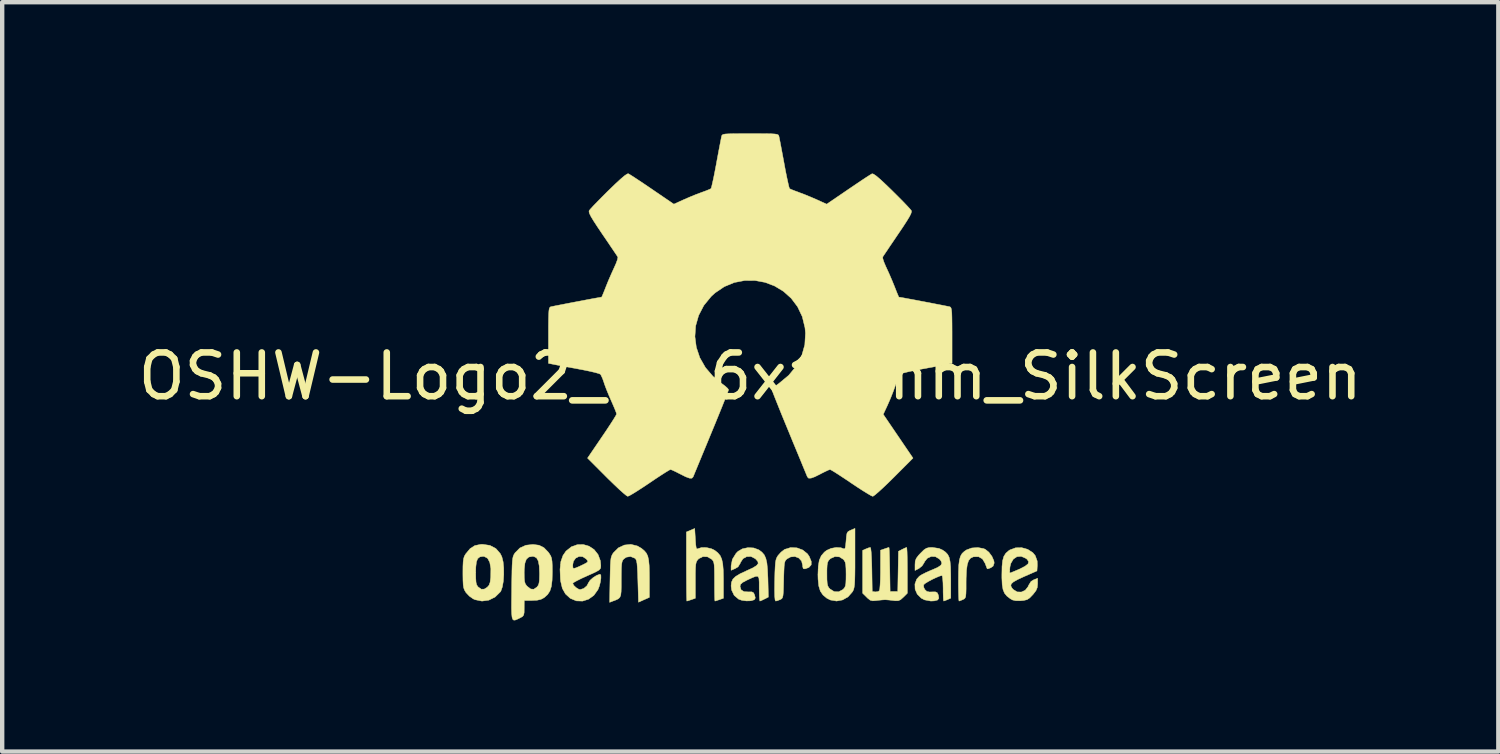
<source format=kicad_pcb>
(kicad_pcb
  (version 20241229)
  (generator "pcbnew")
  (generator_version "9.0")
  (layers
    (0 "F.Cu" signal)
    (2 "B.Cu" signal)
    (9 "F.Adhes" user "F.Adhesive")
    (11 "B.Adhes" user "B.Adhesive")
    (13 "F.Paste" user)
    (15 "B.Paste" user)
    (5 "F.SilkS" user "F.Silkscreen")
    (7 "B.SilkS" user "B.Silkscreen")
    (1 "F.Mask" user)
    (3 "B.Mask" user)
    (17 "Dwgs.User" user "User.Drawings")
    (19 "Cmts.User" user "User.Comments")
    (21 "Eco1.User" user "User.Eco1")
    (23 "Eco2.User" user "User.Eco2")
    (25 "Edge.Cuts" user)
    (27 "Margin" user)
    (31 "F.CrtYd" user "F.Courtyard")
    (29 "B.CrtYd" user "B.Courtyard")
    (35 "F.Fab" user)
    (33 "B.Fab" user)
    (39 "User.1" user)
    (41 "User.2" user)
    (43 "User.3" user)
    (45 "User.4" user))
  (footprint "OSHW-Logo2_14.6x12mm_SilkScreen"
    (layer "F.Cu")
    (at 14.101 5.552)
    (property "Reference" "OSHW-Logo2_14.6x12mm_SilkScreen" (at 0 0 0) (layer "F.SilkS") (effects (font (size 1 1) (thickness 0.15))))
    (attr exclude_from_pos_files exclude_from_bom)
    (fp_poly (pts (xy 5.336 3.94) (xy 5.371 3.955) (xy 5.454 4.021) (xy 5.525 4.117) (xy 5.569 4.218) (xy 5.576 4.269) (xy 5.552 4.339) (xy 5.5 4.376) (xy 5.443 4.398) (xy 5.417 4.402) (xy 5.405 4.372) (xy 5.38 4.307) (xy 5.369 4.277) (xy 5.308 4.175) (xy 5.219 4.124) (xy 5.105 4.126) (xy 5.097 4.128) (xy 5.036 4.157) (xy 4.991 4.213) (xy 4.961 4.303) (xy 4.943 4.435) (xy 4.935 4.614) (xy 4.934 4.709) (xy 4.934 4.86) (xy 4.931 4.962) (xy 4.925 5.028) (xy 4.912 5.066) (xy 4.892 5.088) (xy 4.861 5.104) (xy 4.86 5.105) (xy 4.801 5.129) (xy 4.772 5.138) (xy 4.768 5.111) (xy 4.764 5.035) (xy 4.761 4.92) (xy 4.759 4.775) (xy 4.759 4.67) (xy 4.761 4.466) (xy 4.767 4.311) (xy 4.782 4.196) (xy 4.806 4.113) (xy 4.842 4.051) (xy 4.893 4.003) (xy 4.943 3.969) (xy 5.063 3.925) (xy 5.204 3.915) (xy 5.336 3.94)) (stroke (width 0.01) (type solid)) (fill yes) (layer "F.SilkS"))
    (fp_poly (pts (xy -2.583 3.878) (xy -2.489 3.932) (xy -2.424 3.986) (xy -2.376 4.042) (xy -2.343 4.111) (xy -2.323 4.202) (xy -2.311 4.327) (xy -2.307 4.493) (xy -2.306 4.613) (xy -2.306 5.054) (xy -2.431 5.109) (xy -2.555 5.165) (xy -2.569 4.682) (xy -2.575 4.502) (xy -2.582 4.371) (xy -2.589 4.281) (xy -2.6 4.222) (xy -2.614 4.185) (xy -2.634 4.163) (xy -2.64 4.158) (xy -2.736 4.12) (xy -2.833 4.135) (xy -2.89 4.175) (xy -2.914 4.203) (xy -2.93 4.241) (xy -2.94 4.297) (xy -2.946 4.383) (xy -2.948 4.51) (xy -2.949 4.641) (xy -2.949 4.806) (xy -2.952 4.923) (xy -2.961 5.002) (xy -2.981 5.052) (xy -3.015 5.086) (xy -3.068 5.112) (xy -3.138 5.138) (xy -3.215 5.168) (xy -3.206 4.649) (xy -3.202 4.463) (xy -3.198 4.324) (xy -3.192 4.226) (xy -3.183 4.156) (xy -3.169 4.107) (xy -3.15 4.067) (xy -3.127 4.033) (xy -3.015 3.922) (xy -2.878 3.858) (xy -2.73 3.842) (xy -2.583 3.878)) (stroke (width 0.01) (type solid)) (fill yes) (layer "F.SilkS"))
    (fp_poly (pts (xy 1.066 3.922) (xy 1.199 3.971) (xy 1.306 4.057) (xy 1.348 4.118) (xy 1.394 4.23) (xy 1.393 4.311) (xy 1.345 4.365) (xy 1.327 4.375) (xy 1.25 4.403) (xy 1.211 4.396) (xy 1.198 4.348) (xy 1.197 4.321) (xy 1.173 4.223) (xy 1.109 4.154) (xy 1.021 4.12) (xy 0.923 4.129) (xy 0.843 4.172) (xy 0.816 4.197) (xy 0.796 4.227) (xy 0.783 4.273) (xy 0.775 4.343) (xy 0.77 4.45) (xy 0.765 4.602) (xy 0.764 4.65) (xy 0.76 4.815) (xy 0.756 4.931) (xy 0.749 5.008) (xy 0.738 5.055) (xy 0.722 5.082) (xy 0.698 5.098) (xy 0.683 5.105) (xy 0.618 5.13) (xy 0.58 5.138) (xy 0.567 5.111) (xy 0.559 5.029) (xy 0.556 4.89) (xy 0.558 4.694) (xy 0.559 4.664) (xy 0.563 4.485) (xy 0.569 4.355) (xy 0.576 4.262) (xy 0.587 4.198) (xy 0.603 4.151) (xy 0.626 4.111) (xy 0.637 4.094) (xy 0.705 4.019) (xy 0.78 3.961) (xy 0.789 3.956) (xy 0.924 3.915) (xy 1.066 3.922)) (stroke (width 0.01) (type solid)) (fill yes) (layer "F.SilkS"))
    (fp_poly (pts (xy 3.58 3.94) (xy 3.585 4.017) (xy 3.588 4.133) (xy 3.59 4.281) (xy 3.591 4.435) (xy 3.591 4.959) (xy 3.499 5.051) (xy 3.435 5.108) (xy 3.379 5.131) (xy 3.303 5.13) (xy 3.272 5.126) (xy 3.178 5.115) (xy 3.099 5.109) (xy 3.08 5.108) (xy 3.016 5.112) (xy 2.924 5.121) (xy 2.888 5.126) (xy 2.8 5.133) (xy 2.741 5.118) (xy 2.683 5.072) (xy 2.662 5.051) (xy 2.569 4.959) (xy 2.569 3.98) (xy 2.644 3.946) (xy 2.708 3.921) (xy 2.745 3.912) (xy 2.755 3.94) (xy 2.764 4.018) (xy 2.771 4.136) (xy 2.777 4.288) (xy 2.78 4.416) (xy 2.788 4.919) (xy 2.858 4.929) (xy 2.921 4.922) (xy 2.952 4.9) (xy 2.961 4.858) (xy 2.968 4.77) (xy 2.974 4.645) (xy 2.977 4.496) (xy 2.977 4.419) (xy 2.978 3.976) (xy 3.07 3.944) (xy 3.135 3.922) (xy 3.17 3.912) (xy 3.171 3.912) (xy 3.175 3.94) (xy 3.179 4.016) (xy 3.183 4.133) (xy 3.186 4.279) (xy 3.189 4.416) (xy 3.197 4.919) (xy 3.372 4.919) (xy 3.38 4.46) (xy 3.388 4.001) (xy 3.474 3.956) (xy 3.537 3.926) (xy 3.574 3.912) (xy 3.575 3.912) (xy 3.58 3.94)) (stroke (width 0.01) (type solid)) (fill yes) (layer "F.SilkS"))
    (fp_poly (pts (xy -1.255 3.724) (xy -1.247 3.843) (xy -1.237 3.914) (xy -1.223 3.944) (xy -1.203 3.945) (xy -1.197 3.941) (xy -1.111 3.914) (xy -0.999 3.916) (xy -0.886 3.943) (xy -0.814 3.978) (xy -0.742 4.035) (xy -0.688 4.099) (xy -0.652 4.18) (xy -0.629 4.288) (xy -0.617 4.433) (xy -0.613 4.624) (xy -0.613 4.661) (xy -0.613 5.074) (xy -0.705 5.106) (xy -0.77 5.128) (xy -0.806 5.138) (xy -0.807 5.138) (xy -0.811 5.111) (xy -0.814 5.035) (xy -0.816 4.921) (xy -0.817 4.778) (xy -0.817 4.691) (xy -0.818 4.52) (xy -0.82 4.397) (xy -0.825 4.313) (xy -0.834 4.258) (xy -0.849 4.221) (xy -0.871 4.193) (xy -0.885 4.18) (xy -0.979 4.126) (xy -1.082 4.122) (xy -1.175 4.168) (xy -1.192 4.184) (xy -1.217 4.215) (xy -1.235 4.252) (xy -1.246 4.304) (xy -1.252 4.384) (xy -1.255 4.501) (xy -1.255 4.663) (xy -1.255 5.074) (xy -1.347 5.106) (xy -1.413 5.128) (xy -1.448 5.138) (xy -1.45 5.138) (xy -1.452 5.11) (xy -1.455 5.032) (xy -1.457 4.909) (xy -1.458 4.751) (xy -1.459 4.565) (xy -1.46 4.358) (xy -1.46 4.349) (xy -1.46 3.559) (xy -1.365 3.519) (xy -1.27 3.479) (xy -1.255 3.724)) (stroke (width 0.01) (type solid)) (fill yes) (layer "F.SilkS"))
    (fp_poly (pts (xy -5.952 3.866) (xy -5.815 3.938) (xy -5.714 4.054) (xy -5.678 4.128) (xy -5.65 4.24) (xy -5.636 4.381) (xy -5.635 4.535) (xy -5.645 4.686) (xy -5.668 4.816) (xy -5.701 4.91) (xy -5.711 4.926) (xy -5.833 5.046) (xy -5.977 5.118) (xy -6.133 5.139) (xy -6.291 5.107) (xy -6.335 5.087) (xy -6.42 5.027) (xy -6.496 4.947) (xy -6.503 4.937) (xy -6.532 4.888) (xy -6.551 4.836) (xy -6.562 4.767) (xy -6.567 4.669) (xy -6.569 4.528) (xy -6.569 4.496) (xy -6.569 4.486) (xy -6.277 4.486) (xy -6.275 4.619) (xy -6.269 4.708) (xy -6.255 4.765) (xy -6.231 4.804) (xy -6.219 4.817) (xy -6.149 4.867) (xy -6.081 4.865) (xy -6.012 4.822) (xy -5.971 4.775) (xy -5.947 4.708) (xy -5.934 4.601) (xy -5.933 4.589) (xy -5.93 4.396) (xy -5.955 4.253) (xy -6.005 4.16) (xy -6.082 4.119) (xy -6.109 4.117) (xy -6.181 4.128) (xy -6.23 4.167) (xy -6.26 4.242) (xy -6.274 4.361) (xy -6.277 4.486) (xy -6.569 4.486) (xy -6.568 4.346) (xy -6.563 4.241) (xy -6.553 4.168) (xy -6.536 4.114) (xy -6.509 4.067) (xy -6.503 4.058) (xy -6.404 3.939) (xy -6.296 3.87) (xy -6.164 3.843) (xy -6.119 3.841) (xy -5.952 3.866)) (stroke (width 0.01) (type solid)) (fill yes) (layer "F.SilkS"))
    (fp_poly (pts (xy 6.343 3.957) (xy 6.459 4.032) (xy 6.515 4.1) (xy 6.559 4.222) (xy 6.562 4.319) (xy 6.554 4.449) (xy 6.255 4.58) (xy 6.11 4.647) (xy 6.015 4.701) (xy 5.965 4.747) (xy 5.957 4.793) (xy 5.984 4.843) (xy 6.014 4.876) (xy 6.102 4.929) (xy 6.198 4.932) (xy 6.286 4.891) (xy 6.351 4.809) (xy 6.362 4.78) (xy 6.418 4.69) (xy 6.482 4.651) (xy 6.569 4.618) (xy 6.569 4.743) (xy 6.561 4.828) (xy 6.531 4.9) (xy 6.468 4.982) (xy 6.458 4.993) (xy 6.388 5.066) (xy 6.327 5.106) (xy 6.251 5.124) (xy 6.188 5.13) (xy 6.075 5.131) (xy 5.995 5.113) (xy 5.945 5.085) (xy 5.867 5.024) (xy 5.812 4.958) (xy 5.778 4.874) (xy 5.759 4.762) (xy 5.752 4.609) (xy 5.752 4.531) (xy 5.754 4.438) (xy 5.93 4.438) (xy 5.932 4.488) (xy 5.937 4.496) (xy 5.971 4.485) (xy 6.043 4.455) (xy 6.14 4.414) (xy 6.16 4.405) (xy 6.282 4.342) (xy 6.35 4.288) (xy 6.364 4.237) (xy 6.329 4.185) (xy 6.3 4.162) (xy 6.194 4.116) (xy 6.095 4.124) (xy 6.013 4.18) (xy 5.956 4.279) (xy 5.937 4.357) (xy 5.93 4.438) (xy 5.754 4.438) (xy 5.755 4.349) (xy 5.769 4.215) (xy 5.797 4.117) (xy 5.842 4.045) (xy 5.907 3.988) (xy 5.935 3.969) (xy 6.065 3.921) (xy 6.206 3.918) (xy 6.343 3.957)) (stroke (width 0.01) (type solid)) (fill yes) (layer "F.SilkS"))
    (fp_poly (pts (xy 2.394 4.154) (xy 2.394 4.373) (xy 2.392 4.541) (xy 2.389 4.666) (xy 2.384 4.757) (xy 2.375 4.822) (xy 2.364 4.869) (xy 2.348 4.906) (xy 2.336 4.927) (xy 2.236 5.041) (xy 2.111 5.112) (xy 1.971 5.138) (xy 1.832 5.114) (xy 1.749 5.072) (xy 1.662 4.999) (xy 1.602 4.911) (xy 1.566 4.794) (xy 1.55 4.639) (xy 1.547 4.525) (xy 1.548 4.517) (xy 1.752 4.517) (xy 1.753 4.648) (xy 1.759 4.734) (xy 1.772 4.791) (xy 1.795 4.832) (xy 1.823 4.862) (xy 1.918 4.922) (xy 2.019 4.927) (xy 2.115 4.877) (xy 2.122 4.871) (xy 2.154 4.836) (xy 2.174 4.794) (xy 2.185 4.732) (xy 2.189 4.636) (xy 2.19 4.529) (xy 2.188 4.396) (xy 2.182 4.307) (xy 2.169 4.248) (xy 2.145 4.206) (xy 2.126 4.184) (xy 2.038 4.128) (xy 1.936 4.121) (xy 1.838 4.164) (xy 1.819 4.18) (xy 1.787 4.215) (xy 1.767 4.258) (xy 1.757 4.32) (xy 1.752 4.417) (xy 1.752 4.517) (xy 1.548 4.517) (xy 1.555 4.342) (xy 1.578 4.204) (xy 1.624 4.101) (xy 1.694 4.02) (xy 1.749 3.978) (xy 1.848 3.934) (xy 1.964 3.913) (xy 2.071 3.919) (xy 2.131 3.941) (xy 2.155 3.947) (xy 2.17 3.924) (xy 2.181 3.86) (xy 2.19 3.763) (xy 2.199 3.655) (xy 2.211 3.589) (xy 2.234 3.552) (xy 2.274 3.528) (xy 2.299 3.517) (xy 2.394 3.477) (xy 2.394 4.154)) (stroke (width 0.01) (type solid)) (fill yes) (layer "F.SilkS"))
    (fp_poly (pts (xy -3.684 3.885) (xy -3.569 3.962) (xy -3.48 4.074) (xy -3.427 4.216) (xy -3.417 4.321) (xy -3.418 4.365) (xy -3.428 4.398) (xy -3.456 4.428) (xy -3.511 4.461) (xy -3.601 4.505) (xy -3.736 4.565) (xy -3.737 4.565) (xy -3.861 4.622) (xy -3.963 4.673) (xy -4.032 4.711) (xy -4.058 4.733) (xy -4.058 4.733) (xy -4.035 4.78) (xy -3.982 4.831) (xy -3.921 4.868) (xy -3.889 4.876) (xy -3.805 4.85) (xy -3.732 4.786) (xy -3.696 4.716) (xy -3.662 4.664) (xy -3.595 4.605) (xy -3.516 4.554) (xy -3.446 4.527) (xy -3.432 4.525) (xy -3.415 4.55) (xy -3.414 4.614) (xy -3.426 4.701) (xy -3.449 4.793) (xy -3.48 4.873) (xy -3.482 4.877) (xy -3.575 5.007) (xy -3.696 5.095) (xy -3.833 5.139) (xy -3.975 5.134) (xy -4.112 5.077) (xy -4.118 5.073) (xy -4.225 4.975) (xy -4.296 4.848) (xy -4.335 4.682) (xy -4.34 4.635) (xy -4.349 4.413) (xy -4.338 4.31) (xy -4.058 4.31) (xy -4.055 4.375) (xy -4.035 4.393) (xy -3.985 4.379) (xy -3.907 4.346) (xy -3.819 4.304) (xy -3.817 4.303) (xy -3.743 4.264) (xy -3.713 4.238) (xy -3.721 4.211) (xy -3.751 4.175) (xy -3.83 4.123) (xy -3.915 4.119) (xy -3.991 4.157) (xy -4.043 4.23) (xy -4.058 4.31) (xy -4.338 4.31) (xy -4.33 4.236) (xy -4.281 4.096) (xy -4.213 3.997) (xy -4.09 3.898) (xy -3.954 3.849) (xy -3.816 3.846) (xy -3.684 3.885)) (stroke (width 0.01) (type solid)) (fill yes) (layer "F.SilkS"))
    (fp_poly (pts (xy 0.08 3.924) (xy 0.194 3.967) (xy 0.196 3.968) (xy 0.266 4.02) (xy 0.319 4.081) (xy 0.355 4.16) (xy 0.38 4.267) (xy 0.394 4.413) (xy 0.403 4.605) (xy 0.404 4.633) (xy 0.414 5.047) (xy 0.325 5.092) (xy 0.261 5.123) (xy 0.222 5.138) (xy 0.22 5.138) (xy 0.214 5.111) (xy 0.208 5.038) (xy 0.205 4.931) (xy 0.204 4.844) (xy 0.204 4.704) (xy 0.198 4.616) (xy 0.176 4.574) (xy 0.128 4.572) (xy 0.045 4.604) (xy -0.08 4.662) (xy -0.172 4.711) (xy -0.22 4.753) (xy -0.234 4.799) (xy -0.234 4.801) (xy -0.211 4.88) (xy -0.143 4.923) (xy -0.039 4.929) (xy 0.036 4.928) (xy 0.076 4.95) (xy 0.1 5.002) (xy 0.115 5.068) (xy 0.094 5.105) (xy 0.087 5.11) (xy 0.014 5.132) (xy -0.087 5.135) (xy -0.192 5.121) (xy -0.266 5.095) (xy -0.368 5.008) (xy -0.426 4.887) (xy -0.438 4.792) (xy -0.429 4.707) (xy -0.397 4.637) (xy -0.334 4.576) (xy -0.232 4.514) (xy -0.082 4.444) (xy -0.073 4.44) (xy 0.062 4.378) (xy 0.145 4.326) (xy 0.181 4.28) (xy 0.173 4.234) (xy 0.126 4.18) (xy 0.112 4.168) (xy 0.017 4.12) (xy -0.081 4.122) (xy -0.166 4.169) (xy -0.223 4.256) (xy -0.228 4.273) (xy -0.279 4.356) (xy -0.344 4.395) (xy -0.438 4.435) (xy -0.438 4.333) (xy -0.409 4.184) (xy -0.325 4.048) (xy -0.28 4.002) (xy -0.18 3.944) (xy -0.052 3.917) (xy 0.08 3.924)) (stroke (width 0.01) (type solid)) (fill yes) (layer "F.SilkS"))
    (fp_poly (pts (xy -4.828 3.862) (xy -4.717 3.918) (xy -4.618 4.02) (xy -4.591 4.058) (xy -4.561 4.107) (xy -4.542 4.161) (xy -4.531 4.233) (xy -4.526 4.337) (xy -4.525 4.474) (xy -4.53 4.662) (xy -4.547 4.803) (xy -4.58 4.908) (xy -4.632 4.988) (xy -4.706 5.055) (xy -4.711 5.059) (xy -4.785 5.099) (xy -4.873 5.119) (xy -4.985 5.124) (xy -5.167 5.124) (xy -5.168 5.301) (xy -5.169 5.399) (xy -5.18 5.457) (xy -5.207 5.492) (xy -5.258 5.521) (xy -5.271 5.527) (xy -5.329 5.555) (xy -5.374 5.573) (xy -5.407 5.574) (xy -5.431 5.554) (xy -5.446 5.506) (xy -5.454 5.424) (xy -5.458 5.303) (xy -5.457 5.136) (xy -5.454 4.919) (xy -5.454 4.854) (xy -5.451 4.63) (xy -5.448 4.483) (xy -5.168 4.483) (xy -5.166 4.607) (xy -5.159 4.689) (xy -5.143 4.743) (xy -5.115 4.784) (xy -5.096 4.804) (xy -5.018 4.863) (xy -4.949 4.868) (xy -4.877 4.819) (xy -4.876 4.817) (xy -4.847 4.78) (xy -4.829 4.728) (xy -4.82 4.65) (xy -4.817 4.529) (xy -4.817 4.503) (xy -4.824 4.337) (xy -4.846 4.222) (xy -4.885 4.151) (xy -4.945 4.12) (xy -4.979 4.117) (xy -5.061 4.131) (xy -5.118 4.181) (xy -5.151 4.27) (xy -5.166 4.407) (xy -5.168 4.483) (xy -5.448 4.483) (xy -5.448 4.456) (xy -5.444 4.325) (xy -5.438 4.23) (xy -5.43 4.162) (xy -5.419 4.115) (xy -5.404 4.079) (xy -5.385 4.048) (xy -5.377 4.036) (xy -5.267 3.925) (xy -5.129 3.862) (xy -4.968 3.844) (xy -4.828 3.862)) (stroke (width 0.01) (type solid)) (fill yes) (layer "F.SilkS"))
    (fp_poly (pts (xy 4.314 3.935) (xy 4.398 3.973) (xy 4.464 4.02) (xy 4.513 4.072) (xy 4.546 4.138) (xy 4.567 4.23) (xy 4.579 4.355) (xy 4.583 4.525) (xy 4.584 4.636) (xy 4.584 5.071) (xy 4.509 5.105) (xy 4.451 5.129) (xy 4.422 5.138) (xy 4.416 5.111) (xy 4.412 5.038) (xy 4.409 4.931) (xy 4.409 4.846) (xy 4.406 4.724) (xy 4.399 4.627) (xy 4.39 4.567) (xy 4.382 4.554) (xy 4.33 4.567) (xy 4.249 4.601) (xy 4.155 4.645) (xy 4.065 4.694) (xy 3.995 4.737) (xy 3.963 4.767) (xy 3.963 4.767) (xy 3.965 4.822) (xy 3.99 4.874) (xy 4.035 4.917) (xy 4.099 4.931) (xy 4.154 4.929) (xy 4.232 4.928) (xy 4.273 4.946) (xy 4.297 4.995) (xy 4.3 5.004) (xy 4.311 5.073) (xy 4.283 5.114) (xy 4.208 5.134) (xy 4.128 5.138) (xy 3.984 5.111) (xy 3.909 5.072) (xy 3.817 4.98) (xy 3.768 4.868) (xy 3.764 4.749) (xy 3.805 4.638) (xy 3.867 4.569) (xy 3.929 4.53) (xy 4.027 4.481) (xy 4.141 4.431) (xy 4.16 4.424) (xy 4.285 4.369) (xy 4.357 4.32) (xy 4.38 4.272) (xy 4.358 4.217) (xy 4.321 4.175) (xy 4.233 4.123) (xy 4.137 4.119) (xy 4.048 4.159) (xy 3.984 4.239) (xy 3.976 4.26) (xy 3.927 4.336) (xy 3.856 4.393) (xy 3.766 4.439) (xy 3.766 4.308) (xy 3.771 4.227) (xy 3.794 4.164) (xy 3.844 4.096) (xy 3.893 4.044) (xy 3.968 3.97) (xy 4.026 3.931) (xy 4.088 3.915) (xy 4.159 3.912) (xy 4.314 3.935)) (stroke (width 0.01) (type solid)) (fill yes) (layer "F.SilkS"))
    (fp_poly (pts (xy 0.209 -5.547) (xy 0.367 -5.546) (xy 0.481 -5.544) (xy 0.559 -5.539) (xy 0.609 -5.532) (xy 0.636 -5.521) (xy 0.65 -5.505) (xy 0.656 -5.484) (xy 0.657 -5.481) (xy 0.667 -5.433) (xy 0.686 -5.337) (xy 0.711 -5.204) (xy 0.741 -5.045) (xy 0.774 -4.868) (xy 0.775 -4.862) (xy 0.807 -4.689) (xy 0.838 -4.537) (xy 0.865 -4.413) (xy 0.885 -4.328) (xy 0.898 -4.291) (xy 0.898 -4.29) (xy 0.935 -4.272) (xy 1.011 -4.242) (xy 1.109 -4.206) (xy 1.109 -4.205) (xy 1.233 -4.159) (xy 1.379 -4.099) (xy 1.517 -4.04) (xy 1.523 -4.037) (xy 1.747 -3.935) (xy 2.244 -4.274) (xy 2.396 -4.377) (xy 2.534 -4.47) (xy 2.649 -4.546) (xy 2.735 -4.601) (xy 2.782 -4.629) (xy 2.786 -4.631) (xy 2.82 -4.621) (xy 2.884 -4.577) (xy 2.98 -4.495) (xy 3.11 -4.373) (xy 3.243 -4.244) (xy 3.372 -4.116) (xy 3.487 -4) (xy 3.581 -3.902) (xy 3.648 -3.829) (xy 3.681 -3.79) (xy 3.682 -3.788) (xy 3.686 -3.76) (xy 3.672 -3.716) (xy 3.638 -3.648) (xy 3.579 -3.551) (xy 3.493 -3.418) (xy 3.378 -3.248) (xy 3.276 -3.097) (xy 3.185 -2.963) (xy 3.11 -2.851) (xy 3.056 -2.771) (xy 3.029 -2.73) (xy 3.028 -2.727) (xy 3.031 -2.687) (xy 3.056 -2.61) (xy 3.098 -2.511) (xy 3.113 -2.479) (xy 3.178 -2.337) (xy 3.247 -2.176) (xy 3.304 -2.036) (xy 3.344 -1.933) (xy 3.377 -1.854) (xy 3.395 -1.813) (xy 3.397 -1.81) (xy 3.432 -1.805) (xy 3.513 -1.791) (xy 3.629 -1.769) (xy 3.771 -1.743) (xy 3.927 -1.713) (xy 4.087 -1.683) (xy 4.239 -1.653) (xy 4.374 -1.627) (xy 4.479 -1.606) (xy 4.546 -1.593) (xy 4.562 -1.589) (xy 4.579 -1.579) (xy 4.591 -1.557) (xy 4.6 -1.516) (xy 4.607 -1.449) (xy 4.61 -1.347) (xy 4.612 -1.204) (xy 4.613 -1.013) (xy 4.613 -0.934) (xy 4.613 -0.296) (xy 4.46 -0.266) (xy 4.374 -0.249) (xy 4.247 -0.225) (xy 4.093 -0.197) (xy 3.929 -0.167) (xy 3.883 -0.158) (xy 3.731 -0.129) (xy 3.598 -0.1) (xy 3.497 -0.074) (xy 3.437 -0.054) (xy 3.427 -0.048) (xy 3.402 -0.005) (xy 3.367 0.076) (xy 3.328 0.182) (xy 3.32 0.204) (xy 3.269 0.345) (xy 3.206 0.504) (xy 3.144 0.646) (xy 3.144 0.647) (xy 3.04 0.87) (xy 3.72 1.87) (xy 3.284 2.307) (xy 3.152 2.437) (xy 3.031 2.552) (xy 2.929 2.645) (xy 2.852 2.711) (xy 2.807 2.742) (xy 2.801 2.744) (xy 2.763 2.729) (xy 2.686 2.684) (xy 2.577 2.617) (xy 2.447 2.533) (xy 2.305 2.438) (xy 2.161 2.341) (xy 2.033 2.257) (xy 1.929 2.19) (xy 1.857 2.147) (xy 1.824 2.131) (xy 1.785 2.144) (xy 1.71 2.179) (xy 1.614 2.227) (xy 1.604 2.233) (xy 1.476 2.297) (xy 1.389 2.328) (xy 1.334 2.329) (xy 1.306 2.3) (xy 1.305 2.299) (xy 1.291 2.264) (xy 1.257 2.182) (xy 1.206 2.059) (xy 1.141 1.9) (xy 1.064 1.714) (xy 0.977 1.505) (xy 0.894 1.302) (xy 0.802 1.079) (xy 0.717 0.872) (xy 0.643 0.688) (xy 0.581 0.533) (xy 0.534 0.414) (xy 0.505 0.336) (xy 0.496 0.307) (xy 0.519 0.274) (xy 0.577 0.221) (xy 0.656 0.163) (xy 0.879 -0.022) (xy 1.053 -0.234) (xy 1.176 -0.468) (xy 1.247 -0.721) (xy 1.262 -0.987) (xy 1.251 -1.109) (xy 1.189 -1.364) (xy 1.082 -1.589) (xy 0.937 -1.782) (xy 0.76 -1.941) (xy 0.559 -2.063) (xy 0.339 -2.147) (xy 0.107 -2.19) (xy -0.13 -2.189) (xy -0.365 -2.144) (xy -0.592 -2.05) (xy -0.804 -1.907) (xy -0.892 -1.827) (xy -1.062 -1.619) (xy -1.18 -1.392) (xy -1.248 -1.153) (xy -1.265 -0.907) (xy -1.233 -0.662) (xy -1.153 -0.424) (xy -1.025 -0.2) (xy -0.851 0.003) (xy -0.656 0.163) (xy -0.574 0.224) (xy -0.517 0.276) (xy -0.496 0.307) (xy -0.507 0.342) (xy -0.538 0.423) (xy -0.586 0.546) (xy -0.649 0.704) (xy -0.725 0.891) (xy -0.81 1.099) (xy -0.894 1.302) (xy -0.986 1.526) (xy -1.072 1.733) (xy -1.148 1.917) (xy -1.212 2.072) (xy -1.262 2.192) (xy -1.294 2.27) (xy -1.306 2.299) (xy -1.334 2.329) (xy -1.388 2.329) (xy -1.476 2.297) (xy -1.603 2.233) (xy -1.604 2.233) (xy -1.701 2.183) (xy -1.778 2.147) (xy -1.822 2.131) (xy -1.824 2.131) (xy -1.857 2.147) (xy -1.93 2.191) (xy -2.035 2.258) (xy -2.163 2.342) (xy -2.305 2.438) (xy -2.45 2.535) (xy -2.58 2.619) (xy -2.688 2.686) (xy -2.764 2.729) (xy -2.801 2.744) (xy -2.835 2.724) (xy -2.902 2.669) (xy -2.997 2.584) (xy -3.112 2.475) (xy -3.242 2.349) (xy -3.284 2.307) (xy -3.72 1.87) (xy -3.388 1.382) (xy -3.287 1.233) (xy -3.198 1.098) (xy -3.127 0.987) (xy -3.078 0.907) (xy -3.056 0.865) (xy -3.056 0.862) (xy -3.067 0.823) (xy -3.098 0.744) (xy -3.143 0.639) (xy -3.174 0.568) (xy -3.233 0.433) (xy -3.289 0.296) (xy -3.332 0.181) (xy -3.343 0.146) (xy -3.376 0.052) (xy -3.409 -0.02) (xy -3.427 -0.048) (xy -3.466 -0.064) (xy -3.552 -0.088) (xy -3.673 -0.116) (xy -3.818 -0.146) (xy -3.883 -0.158) (xy -4.048 -0.189) (xy -4.206 -0.218) (xy -4.343 -0.243) (xy -4.441 -0.262) (xy -4.46 -0.266) (xy -4.613 -0.296) (xy -4.613 -0.934) (xy -4.613 -1.144) (xy -4.611 -1.303) (xy -4.608 -1.418) (xy -4.603 -1.497) (xy -4.595 -1.546) (xy -4.583 -1.573) (xy -4.568 -1.586) (xy -4.562 -1.589) (xy -4.524 -1.597) (xy -4.44 -1.614) (xy -4.321 -1.637) (xy -4.178 -1.665) (xy -4.022 -1.695) (xy -3.862 -1.725) (xy -3.711 -1.754) (xy -3.578 -1.779) (xy -3.475 -1.797) (xy -3.412 -1.808) (xy -3.397 -1.81) (xy -3.385 -1.835) (xy -3.357 -1.902) (xy -3.318 -1.999) (xy -3.304 -2.036) (xy -3.245 -2.182) (xy -3.175 -2.343) (xy -3.113 -2.479) (xy -3.067 -2.582) (xy -3.036 -2.668) (xy -3.026 -2.72) (xy -3.028 -2.727) (xy -3.049 -2.76) (xy -3.098 -2.833) (xy -3.17 -2.939) (xy -3.258 -3.07) (xy -3.359 -3.218) (xy -3.379 -3.247) (xy -3.495 -3.42) (xy -3.581 -3.552) (xy -3.639 -3.648) (xy -3.673 -3.716) (xy -3.686 -3.76) (xy -3.683 -3.787) (xy -3.683 -3.787) (xy -3.654 -3.823) (xy -3.59 -3.893) (xy -3.498 -3.988) (xy -3.385 -4.103) (xy -3.258 -4.23) (xy -3.243 -4.244) (xy -3.083 -4.399) (xy -2.959 -4.513) (xy -2.87 -4.588) (xy -2.812 -4.626) (xy -2.786 -4.631) (xy -2.749 -4.609) (xy -2.671 -4.56) (xy -2.562 -4.488) (xy -2.428 -4.399) (xy -2.279 -4.298) (xy -2.244 -4.274) (xy -1.747 -3.935) (xy -1.523 -4.037) (xy -1.387 -4.096) (xy -1.241 -4.156) (xy -1.115 -4.203) (xy -1.109 -4.205) (xy -1.011 -4.241) (xy -0.935 -4.272) (xy -0.898 -4.29) (xy -0.898 -4.29) (xy -0.886 -4.323) (xy -0.867 -4.405) (xy -0.84 -4.525) (xy -0.81 -4.676) (xy -0.777 -4.848) (xy -0.775 -4.862) (xy -0.742 -5.039) (xy -0.712 -5.199) (xy -0.686 -5.333) (xy -0.667 -5.43) (xy -0.657 -5.481) (xy -0.657 -5.481) (xy -0.651 -5.503) (xy -0.638 -5.519) (xy -0.613 -5.531) (xy -0.566 -5.539) (xy -0.492 -5.543) (xy -0.382 -5.546) (xy -0.229 -5.547) (xy -0.026 -5.547) (xy 0 -5.547) (xy 0.209 -5.547)) (stroke (width 0.01) (type solid)) (fill yes) (layer "F.SilkS")))
  (gr_rect
    (start -3 -3)
    (end 31.202 14.131)
    (stroke (width 0.1) (type default))
    (fill no)
    (layer "Edge.Cuts")))
</source>
